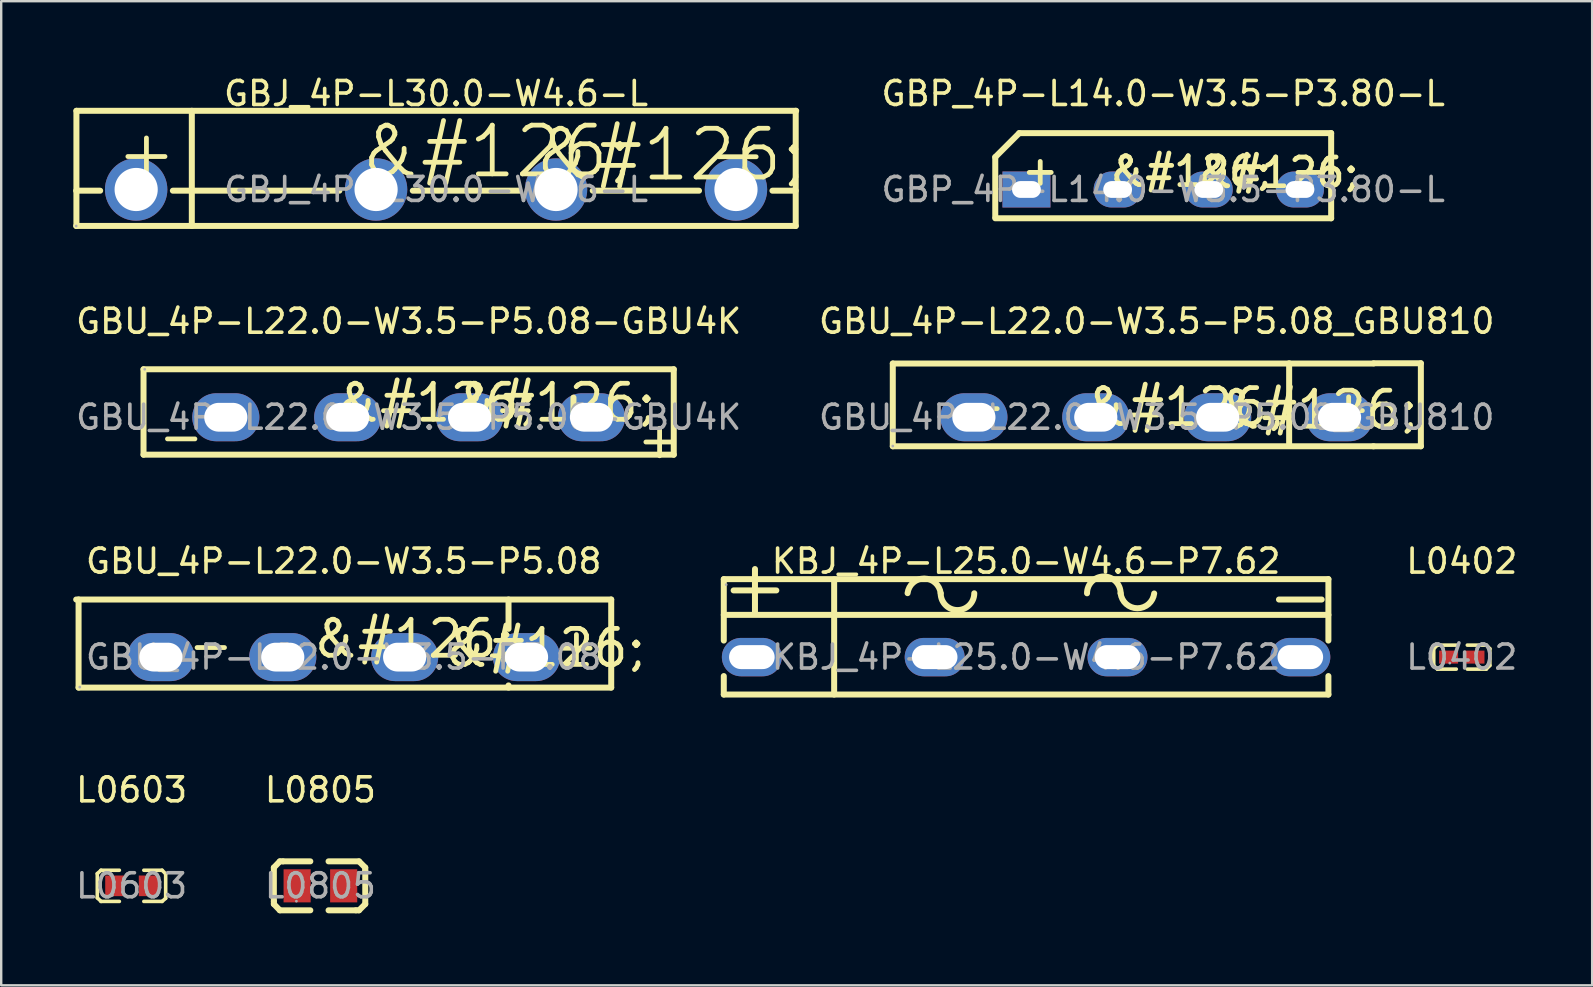
<source format=kicad_pcb>
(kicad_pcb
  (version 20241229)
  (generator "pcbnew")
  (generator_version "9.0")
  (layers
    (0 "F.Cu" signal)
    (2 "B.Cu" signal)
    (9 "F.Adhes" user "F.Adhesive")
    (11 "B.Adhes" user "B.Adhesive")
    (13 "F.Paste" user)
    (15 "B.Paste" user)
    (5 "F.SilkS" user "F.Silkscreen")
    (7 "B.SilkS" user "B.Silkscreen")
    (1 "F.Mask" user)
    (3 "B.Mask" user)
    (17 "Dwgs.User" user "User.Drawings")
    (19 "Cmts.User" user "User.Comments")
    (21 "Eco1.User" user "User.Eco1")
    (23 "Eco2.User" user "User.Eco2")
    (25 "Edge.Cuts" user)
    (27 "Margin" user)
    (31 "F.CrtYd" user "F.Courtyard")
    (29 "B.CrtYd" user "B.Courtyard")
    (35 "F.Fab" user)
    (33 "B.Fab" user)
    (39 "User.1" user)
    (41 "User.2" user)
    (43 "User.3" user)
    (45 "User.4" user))
  (footprint "GBU_4P-L22.0-W3.5-P5.08-GBU4K"
    (layer "F.Cu")
    (at 13.982 14.341)
    (property "Reference" "GBU_4P-L22.0-W3.5-P5.08-GBU4K" (at 0 -4 0) (layer "F.SilkS") (effects (font (size 1 1) (thickness 0.15))))
    (attr smd)
    (fp_line (start -11.05 -2) (end -11.05 1.56) (stroke (width 0.25) (type solid)) (layer "F.SilkS"))
    (fp_line (start -11.05 1.56) (end 11.05 1.56) (stroke (width 0.25) (type solid)) (layer "F.SilkS"))
    (fp_line (start 6.87 -0.82) (end 6.87 -0.2) (stroke (width 0.25) (type solid)) (layer "F.SilkS"))
    (fp_line (start 11.05 -2) (end -11.05 -2) (stroke (width 0.25) (type solid)) (layer "F.SilkS"))
    (fp_line (start 11.05 1.56) (end 11.05 -2) (stroke (width 0.25) (type solid)) (layer "F.SilkS"))
    (fp_circle (center -11 -2) (end -10.97 -2) (stroke (width 0.06) (type solid)) (fill no) (layer "F.Fab"))
    (fp_text user "+" (at 9.4 0.92 0) (layer "F.SilkS") (effects (font (size 1.5 1.5) (thickness 0.2)) (justify left)))
    (fp_text user "-" (at -10.54 0.79 0) (layer "F.SilkS") (effects (font (size 1.5 1.5) (thickness 0.2)) (justify left)))
    (fp_text user "&#126;" (at 1.78 -0.6 0) (layer "F.SilkS") (effects (font (size 1.5 1.5) (thickness 0.2)) (justify left)))
    (fp_text user "&#126;" (at -3.18 -0.6 0) (layer "F.SilkS") (effects (font (size 1.5 1.5) (thickness 0.2)) (justify left)))
    (fp_text user "${REFERENCE}" (at 0 0 0) (layer "F.Fab") (effects (font (size 1 1) (thickness 0.15))))
    (pad "1" thru_hole oval (at -7.62 0) (size 2.8 2) (drill oval 1.8 1.2) (layers "*.Cu" "*.Mask"))
    (pad "2" thru_hole oval (at -2.54 0) (size 2.8 2) (drill oval 1.8 1.2) (layers "*.Cu" "*.Mask"))
    (pad "3" thru_hole oval (at 2.54 0) (size 2.8 2) (drill oval 1.8 1.2) (layers "*.Cu" "*.Mask"))
    (pad "4" thru_hole oval (at 7.62 0) (size 2.8 2) (drill oval 1.8 1.2) (layers "*.Cu" "*.Mask")))
  (footprint "L0805"
    (layer "F.Cu")
    (at 10.304 33.871)
    (property "Reference" "L0805" (at 0 -4 0) (layer "F.SilkS") (effects (font (size 1 1) (thickness 0.15))))
    (attr smd)
    (fp_line (start -1.94 -0.76) (end -1.94 0.64) (stroke (width 0.25) (type solid)) (layer "F.SilkS"))
    (fp_line (start -1.94 0.64) (end -1.94 0.76) (stroke (width 0.25) (type solid)) (layer "F.SilkS"))
    (fp_line (start -1.94 0.76) (end -1.69 1.02) (stroke (width 0.25) (type solid)) (layer "F.SilkS"))
    (fp_line (start -1.69 -1.02) (end -1.94 -0.76) (stroke (width 0.25) (type solid)) (layer "F.SilkS"))
    (fp_line (start -1.69 1.02) (end -0.42 1.02) (stroke (width 0.25) (type solid)) (layer "F.SilkS"))
    (fp_line (start -1.56 -1.02) (end -1.69 -1.02) (stroke (width 0.25) (type solid)) (layer "F.SilkS"))
    (fp_line (start -0.42 -1.02) (end -1.56 -1.02) (stroke (width 0.25) (type solid)) (layer "F.SilkS"))
    (fp_line (start 0.34 1.02) (end 1.48 1.02) (stroke (width 0.25) (type solid)) (layer "F.SilkS"))
    (fp_line (start 1.48 1.02) (end 1.61 1.02) (stroke (width 0.25) (type solid)) (layer "F.SilkS"))
    (fp_line (start 1.61 -1.02) (end 0.34 -1.02) (stroke (width 0.25) (type solid)) (layer "F.SilkS"))
    (fp_line (start 1.61 1.02) (end 1.87 0.76) (stroke (width 0.25) (type solid)) (layer "F.SilkS"))
    (fp_line (start 1.87 -0.76) (end 1.61 -1.02) (stroke (width 0.25) (type solid)) (layer "F.SilkS"))
    (fp_line (start 1.87 -0.63) (end 1.87 -0.76) (stroke (width 0.25) (type solid)) (layer "F.SilkS"))
    (fp_line (start 1.87 0.76) (end 1.87 -0.63) (stroke (width 0.25) (type solid)) (layer "F.SilkS"))
    (fp_circle (center -1 0.64) (end -0.97 0.64) (stroke (width 0.06) (type solid)) (fill no) (layer "F.Fab"))
    (fp_text user "${REFERENCE}" (at 0 0 0) (layer "F.Fab") (effects (font (size 1 1) (thickness 0.15))))
    (pad "1" smd rect (at -0.97 0) (size 1.13 1.38) (layers "F.Cu" "F.Mask" "F.Paste"))
    (pad "2" smd rect (at 0.97 0) (size 1.13 1.38) (layers "F.Cu" "F.Mask" "F.Paste")))
  (footprint "L0402"
    (layer "F.Cu")
    (at 57.877 24.338)
    (property "Reference" "L0402" (at 0 -4 0) (layer "F.SilkS") (effects (font (size 1 1) (thickness 0.15))))
    (attr smd)
    (fp_line (start -1.17 -0.35) (end -1.02 -0.5) (stroke (width 0.15) (type solid)) (layer "F.SilkS"))
    (fp_line (start -1.17 0.35) (end -1.17 -0.35) (stroke (width 0.15) (type solid)) (layer "F.SilkS"))
    (fp_line (start -1.02 -0.5) (end -0.23 -0.5) (stroke (width 0.15) (type solid)) (layer "F.SilkS"))
    (fp_line (start -1.02 0.5) (end -1.17 0.35) (stroke (width 0.15) (type solid)) (layer "F.SilkS"))
    (fp_line (start -0.23 0.5) (end -1.02 0.5) (stroke (width 0.15) (type solid)) (layer "F.SilkS"))
    (fp_line (start 0.23 0.5) (end 1.02 0.5) (stroke (width 0.15) (type solid)) (layer "F.SilkS"))
    (fp_line (start 1.02 -0.5) (end 0.23 -0.5) (stroke (width 0.15) (type solid)) (layer "F.SilkS"))
    (fp_line (start 1.02 0.5) (end 1.17 0.35) (stroke (width 0.15) (type solid)) (layer "F.SilkS"))
    (fp_line (start 1.17 -0.35) (end 1.02 -0.5) (stroke (width 0.15) (type solid)) (layer "F.SilkS"))
    (fp_line (start 1.17 0.35) (end 1.17 -0.35) (stroke (width 0.15) (type solid)) (layer "F.SilkS"))
    (fp_circle (center -0.5 0.25) (end -0.47 0.25) (stroke (width 0.06) (type solid)) (fill no) (layer "F.Fab"))
    (fp_text user "${REFERENCE}" (at 0 0 0) (layer "F.Fab") (effects (font (size 1 1) (thickness 0.15))))
    (pad "1" smd rect (at -0.55 0) (size 0.79 0.54) (layers "F.Cu" "F.Mask" "F.Paste"))
    (pad "2" smd rect (at 0.55 0) (size 0.79 0.54) (layers "F.Cu" "F.Mask" "F.Paste")))
  (footprint "KBJ_4P-L25.0-W4.6-P7.62"
    (layer "F.Cu")
    (at 39.717 24.338)
    (property "Reference" "KBJ_4P-L25.0-W4.6-P7.62" (at 0 -4 0) (layer "F.SilkS") (effects (font (size 1 1) (thickness 0.15))))
    (attr smd)
    (fp_line (start -12.6 -3.25) (end -12.6 -0.69) (stroke (width 0.25) (type solid)) (layer "F.SilkS"))
    (fp_line (start -12.6 -3.25) (end 12.6 -3.25) (stroke (width 0.25) (type solid)) (layer "F.SilkS"))
    (fp_line (start -12.6 -1.76) (end 12.6 -1.76) (stroke (width 0.25) (type solid)) (layer "F.SilkS"))
    (fp_line (start -12.6 0.79) (end -12.6 1.56) (stroke (width 0.25) (type solid)) (layer "F.SilkS"))
    (fp_line (start -12.19 -2.78) (end -10.41 -2.78) (stroke (width 0.25) (type solid)) (layer "F.SilkS"))
    (fp_line (start -11.3 -1.89) (end -11.3 -3.67) (stroke (width 0.25) (type solid)) (layer "F.SilkS"))
    (fp_line (start -8 1.56) (end -8 -3.24) (stroke (width 0.25) (type solid)) (layer "F.SilkS"))
    (fp_line (start 10.54 -2.4) (end 12.32 -2.4) (stroke (width 0.25) (type solid)) (layer "F.SilkS"))
    (fp_line (start 12.6 -3.25) (end 12.6 -0.69) (stroke (width 0.25) (type solid)) (layer "F.SilkS"))
    (fp_line (start 12.6 0.79) (end 12.6 1.56) (stroke (width 0.25) (type solid)) (layer "F.SilkS"))
    (fp_line (start 12.6 1.56) (end -12.6 1.56) (stroke (width 0.25) (type solid)) (layer "F.SilkS"))
    (fp_arc (start -4.939316 -2.665694) (mid -4.247133 -3.274616) (end -3.56 -2.66) (stroke (width 0.25) (type solid)) (layer "F.SilkS"))
    (fp_arc (start -2.16 -2.66) (mid -2.86 -1.96) (end -3.56 -2.66) (stroke (width 0.25) (type solid)) (layer "F.SilkS"))
    (fp_arc (start 2.54 -2.66) (mid 3.24 -3.36) (end 3.94 -2.66) (stroke (width 0.25) (type solid)) (layer "F.SilkS"))
    (fp_arc (start 5.339031 -2.651937) (mid 4.635939 -2.035456) (end 3.94 -2.66) (stroke (width 0.25) (type solid)) (layer "F.SilkS"))
    (fp_circle (center -12.5 -3.02) (end -12.47 -3.02) (stroke (width 0.06) (type solid)) (fill no) (layer "F.Fab"))
    (fp_text user "${REFERENCE}" (at 0 0 0) (layer "F.Fab") (effects (font (size 1 1) (thickness 0.15))))
    (pad "1" thru_hole oval (at -11.43 0) (size 2.5 1.6) (drill oval 1.9 1) (layers "*.Cu" "*.Mask"))
    (pad "2" thru_hole oval (at -3.81 0) (size 2.5 1.6) (drill oval 1.9 1) (layers "*.Cu" "*.Mask"))
    (pad "3" thru_hole oval (at 3.81 0) (size 2.5 1.6) (drill oval 1.9 1) (layers "*.Cu" "*.Mask"))
    (pad "4" thru_hole oval (at 11.43 0) (size 2.5 1.6) (drill oval 1.9 1) (layers "*.Cu" "*.Mask")))
  (footprint "GBU_4P-L22.0-W3.5-P5.08_GBU810"
    (layer "F.Cu")
    (at 45.161 14.341)
    (property "Reference" "GBU_4P-L22.0-W3.5-P5.08_GBU810" (at 0 -4 0) (layer "F.SilkS") (effects (font (size 1 1) (thickness 0.15))))
    (attr smd)
    (fp_line (start -11 -2.24) (end 9.04 -2.24) (stroke (width 0.25) (type solid)) (layer "F.SilkS"))
    (fp_line (start -11 1.21) (end -11 -2.24) (stroke (width 0.25) (type solid)) (layer "F.SilkS"))
    (fp_line (start 5.52 -2.25) (end 5.52 1.2) (stroke (width 0.25) (type solid)) (layer "F.SilkS"))
    (fp_line (start 9.04 -2.25) (end 11.01 -2.25) (stroke (width 0.25) (type solid)) (layer "F.SilkS"))
    (fp_line (start 9.04 1.21) (end -11 1.21) (stroke (width 0.25) (type solid)) (layer "F.SilkS"))
    (fp_line (start 11.01 -2.25) (end 11.01 1.21) (stroke (width 0.25) (type solid)) (layer "F.SilkS"))
    (fp_line (start 11.01 1.21) (end 9.03 1.21) (stroke (width 0.25) (type solid)) (layer "F.SilkS"))
    (fp_circle (center -11 1.2) (end -10.97 1.2) (stroke (width 0.06) (type solid)) (fill no) (layer "F.Fab"))
    (fp_text user "&#126;" (at -3.18 -0.42 0) (layer "F.SilkS") (effects (font (size 1.5 1.5) (thickness 0.2)) (justify left)))
    (fp_text user "-" (at -8.28 -0.47 0) (layer "F.SilkS") (effects (font (size 1.5 1.5) (thickness 0.2)) (justify left)))
    (fp_text user "&#126;" (at 2.37 -0.31 0) (layer "F.SilkS") (effects (font (size 1.5 1.5) (thickness 0.2)) (justify left)))
    (fp_text user "+" (at 6.94 -0.39 0) (layer "F.SilkS") (effects (font (size 1.5 1.5) (thickness 0.2)) (justify left)))
    (fp_text user "${REFERENCE}" (at 0 0 0) (layer "F.Fab") (effects (font (size 1 1) (thickness 0.15))))
    (pad "1" thru_hole oval (at -7.62 0) (size 2.8 2) (drill oval 1.8 1.2) (layers "*.Cu" "*.Mask"))
    (pad "2" thru_hole oval (at -2.54 0) (size 2.8 2) (drill oval 1.8 1.2) (layers "*.Cu" "*.Mask"))
    (pad "3" thru_hole oval (at 2.54 0) (size 2.8 2) (drill oval 1.8 1.2) (layers "*.Cu" "*.Mask"))
    (pad "4" thru_hole oval (at 7.62 0) (size 2.8 2) (drill oval 1.8 1.2) (layers "*.Cu" "*.Mask")))
  (footprint "GBJ_4P-L30.0-W4.6-L"
    (layer "F.Cu")
    (at 15.125 4.848)
    (property "Reference" "GBJ_4P-L30.0-W4.6-L" (at 0 -4 0) (layer "F.SilkS") (effects (font (size 1 1) (thickness 0.15))))
    (attr smd)
    (fp_line (start -15 0.05) (end -14 0.05) (stroke (width 0.25) (type solid)) (layer "F.SilkS"))
    (fp_line (start -15 1.52) (end 14.99 1.52) (stroke (width 0.25) (type solid)) (layer "F.SilkS"))
    (fp_line (start -14.99 -3.28) (end -14.99 1.52) (stroke (width 0.25) (type solid)) (layer "F.SilkS"))
    (fp_line (start -14.99 -3.28) (end 15.01 -3.28) (stroke (width 0.25) (type solid)) (layer "F.SilkS"))
    (fp_line (start -10.97 0.05) (end -4.03 0.05) (stroke (width 0.25) (type solid)) (layer "F.SilkS"))
    (fp_line (start -10.18 -3.28) (end -10.18 1.52) (stroke (width 0.25) (type solid)) (layer "F.SilkS"))
    (fp_line (start -0.97 0.05) (end 3.47 0.05) (stroke (width 0.25) (type solid)) (layer "F.SilkS"))
    (fp_line (start 6.53 0.05) (end 10.96 0.05) (stroke (width 0.25) (type solid)) (layer "F.SilkS"))
    (fp_line (start 14.02 0.05) (end 14.99 0.05) (stroke (width 0.25) (type solid)) (layer "F.SilkS"))
    (fp_line (start 14.99 -3.28) (end 14.99 1.52) (stroke (width 0.25) (type solid)) (layer "F.SilkS"))
    (fp_circle (center -15 1.52) (end -14.97 1.52) (stroke (width 0.06) (type solid)) (fill no) (layer "F.Fab"))
    (fp_text user "+" (at -13.46 -1.53 0) (layer "F.SilkS") (effects (font (size 2.03 2.03) (thickness 0.2)) (justify left)))
    (fp_text user "-" (at 11.18 -1.52 0) (layer "F.SilkS") (effects (font (size 2.03 2.03) (thickness 0.2)) (justify left)))
    (fp_text user "&#126;" (at 3.94 -1.45 0) (layer "F.SilkS") (effects (font (size 2.03 2.03) (thickness 0.2)) (justify left)))
    (fp_text user "&#126;" (at -3.3 -1.58 0) (layer "F.SilkS") (effects (font (size 2.03 2.03) (thickness 0.2)) (justify left)))
    (fp_text user "${REFERENCE}" (at 0 0 0) (layer "F.Fab") (effects (font (size 1 1) (thickness 0.15))))
    (pad "1" thru_hole circle (at -12.5 0) (size 2.6 2.6) (drill 1.8) (layers "*.Cu" "*.Mask"))
    (pad "2" thru_hole circle (at -2.5 0) (size 2.6 2.6) (drill 1.8) (layers "*.Cu" "*.Mask"))
    (pad "3" thru_hole circle (at 5 0) (size 2.6 2.6) (drill 1.8) (layers "*.Cu" "*.Mask"))
    (pad "4" thru_hole circle (at 12.5 0) (size 2.6 2.6) (drill 1.8) (layers "*.Cu" "*.Mask")))
  (footprint "GBP_4P-L14.0-W3.5-P3.80-L"
    (layer "F.Cu")
    (at 45.432 4.848)
    (property "Reference" "GBP_4P-L14.0-W3.5-P3.80-L" (at 0 -4 0) (layer "F.SilkS") (effects (font (size 1 1) (thickness 0.15))))
    (attr through_hole)
    (fp_line (start -7 -1.35) (end -7 1.15) (stroke (width 0.25) (type solid)) (layer "F.SilkS"))
    (fp_line (start -7 1.2) (end 7 1.2) (stroke (width 0.25) (type solid)) (layer "F.SilkS"))
    (fp_line (start -6 -2.35) (end -7 -1.35) (stroke (width 0.25) (type solid)) (layer "F.SilkS"))
    (fp_line (start 7 -2.35) (end -6 -2.35) (stroke (width 0.25) (type solid)) (layer "F.SilkS"))
    (fp_line (start 7 1.2) (end 7 -2.35) (stroke (width 0.25) (type solid)) (layer "F.SilkS"))
    (fp_text user "+" (at -6 -0.8 0) (layer "F.SilkS") (effects (font (size 1.2 1.2) (thickness 0.2)) (justify left)))
    (fp_text user "&#126;" (at -2.35 -0.75 0) (layer "F.SilkS") (effects (font (size 1.2 1.2) (thickness 0.2)) (justify left)))
    (fp_text user "-" (at 5.2 -0.8 0) (layer "F.SilkS") (effects (font (size 1.2 1.2) (thickness 0.2)) (justify left)))
    (fp_text user "&#126;" (at 1.3 -0.7 0) (layer "F.SilkS") (effects (font (size 1.2 1.2) (thickness 0.2)) (justify left)))
    (fp_text user "${REFERENCE}" (at 0 0 0) (layer "F.Fab") (effects (font (size 1 1) (thickness 0.15))))
    (pad "1" thru_hole rect (at -5.7 0) (size 2 1.5) (drill oval 1.2 0.7) (layers "*.Cu" "*.Mask"))
    (pad "2" thru_hole oval (at -1.9 0) (size 2 1.5) (drill oval 1.2 0.7) (layers "*.Cu" "*.Mask"))
    (pad "3" thru_hole oval (at 1.9 0) (size 2 1.5) (drill oval 1.2 0.7) (layers "*.Cu" "*.Mask"))
    (pad "4" thru_hole oval (at 5.7 0) (size 2 1.5) (drill oval 1.2 0.7) (layers "*.Cu" "*.Mask")))
  (footprint "L0603"
    (layer "F.Cu")
    (at 2.435 33.871)
    (property "Reference" "L0603" (at 0 -4 0) (layer "F.SilkS") (effects (font (size 1 1) (thickness 0.15))))
    (attr smd)
    (fp_line (start -1.43 -0.51) (end -1.27 -0.65) (stroke (width 0.15) (type solid)) (layer "F.SilkS"))
    (fp_line (start -1.43 0.5) (end -1.43 -0.51) (stroke (width 0.15) (type solid)) (layer "F.SilkS"))
    (fp_line (start -1.28 -0.65) (end -0.51 -0.65) (stroke (width 0.15) (type solid)) (layer "F.SilkS"))
    (fp_line (start -1.28 0.65) (end -0.51 0.65) (stroke (width 0.15) (type solid)) (layer "F.SilkS"))
    (fp_line (start -1.27 0.65) (end -1.43 0.5) (stroke (width 0.15) (type solid)) (layer "F.SilkS"))
    (fp_line (start 1.27 -0.65) (end 0.51 -0.65) (stroke (width 0.15) (type solid)) (layer "F.SilkS"))
    (fp_line (start 1.27 -0.65) (end 1.42 -0.5) (stroke (width 0.15) (type solid)) (layer "F.SilkS"))
    (fp_line (start 1.27 0.65) (end 0.51 0.65) (stroke (width 0.15) (type solid)) (layer "F.SilkS"))
    (fp_line (start 1.42 -0.5) (end 1.42 0.52) (stroke (width 0.15) (type solid)) (layer "F.SilkS"))
    (fp_line (start 1.42 0.52) (end 1.27 0.65) (stroke (width 0.15) (type solid)) (layer "F.SilkS"))
    (fp_circle (center -0.8 0.4) (end -0.77 0.4) (stroke (width 0.06) (type solid)) (fill no) (layer "F.Fab"))
    (fp_text user "${REFERENCE}" (at 0 0 0) (layer "F.Fab") (effects (font (size 1 1) (thickness 0.15))))
    (pad "1" smd rect (at -0.7 0 180) (size 0.8 0.86) (layers "F.Cu" "F.Mask" "F.Paste"))
    (pad "2" smd rect (at 0.7 0 180) (size 0.8 0.86) (layers "F.Cu" "F.Mask" "F.Paste")))
  (footprint "GBU_4P-L22.0-W3.5-P5.08"
    (layer "F.Cu")
    (at 11.275 24.338)
    (property "Reference" "GBU_4P-L22.0-W3.5-P5.08" (at 0 -4 0) (layer "F.SilkS") (effects (font (size 1 1) (thickness 0.15))))
    (attr smd)
    (fp_line (start -11.15 -2.4) (end 11.15 -2.4) (stroke (width 0.25) (type solid)) (layer "F.SilkS"))
    (fp_line (start -11.05 1.27) (end -11.05 -2.4) (stroke (width 0.25) (type solid)) (layer "F.SilkS"))
    (fp_line (start 6.87 -2.4) (end 6.87 -1.18) (stroke (width 0.25) (type solid)) (layer "F.SilkS"))
    (fp_line (start 6.87 1.18) (end 6.87 1.27) (stroke (width 0.25) (type solid)) (layer "F.SilkS"))
    (fp_line (start 11.15 -2.4) (end 11.15 1.27) (stroke (width 0.25) (type solid)) (layer "F.SilkS"))
    (fp_line (start 11.15 1.27) (end -11.05 1.27) (stroke (width 0.25) (type solid)) (layer "F.SilkS"))
    (fp_circle (center -11 1.25) (end -10.97 1.25) (stroke (width 0.06) (type solid)) (fill no) (layer "F.Fab"))
    (fp_text user "+" (at 8.64 -0.48 0) (layer "F.SilkS") (effects (font (size 1.5 1.5) (thickness 0.2)) (justify left)))
    (fp_text user "&#126;" (at -1.4 -0.76 0) (layer "F.SilkS") (effects (font (size 1.5 1.5) (thickness 0.2)) (justify left)))
    (fp_text user "&#126;" (at 4.06 -0.38 0) (layer "F.SilkS") (effects (font (size 1.5 1.5) (thickness 0.2)) (justify left)))
    (fp_text user "-" (at -6.6 -0.51 0) (layer "F.SilkS") (effects (font (size 1.5 1.5) (thickness 0.2)) (justify left)))
    (fp_text user "${REFERENCE}" (at 0 0 0) (layer "F.Fab") (effects (font (size 1 1) (thickness 0.15))))
    (pad "1" thru_hole oval (at -7.62 0) (size 2.8 2) (drill oval 1.8 1.2) (layers "*.Cu" "*.Mask"))
    (pad "2" thru_hole oval (at -2.54 0) (size 2.8 2) (drill oval 1.8 1.2) (layers "*.Cu" "*.Mask"))
    (pad "3" thru_hole oval (at 2.54 0) (size 2.8 2) (drill oval 1.8 1.2) (layers "*.Cu" "*.Mask"))
    (pad "4" thru_hole oval (at 7.62 0) (size 2.8 2) (drill oval 1.8 1.2) (layers "*.Cu" "*.Mask")))
  (gr_rect
    (start -3 -3)
    (end 63.311 38.017)
    (stroke (width 0.1) (type default))
    (fill no)
    (layer "Edge.Cuts")))
</source>
